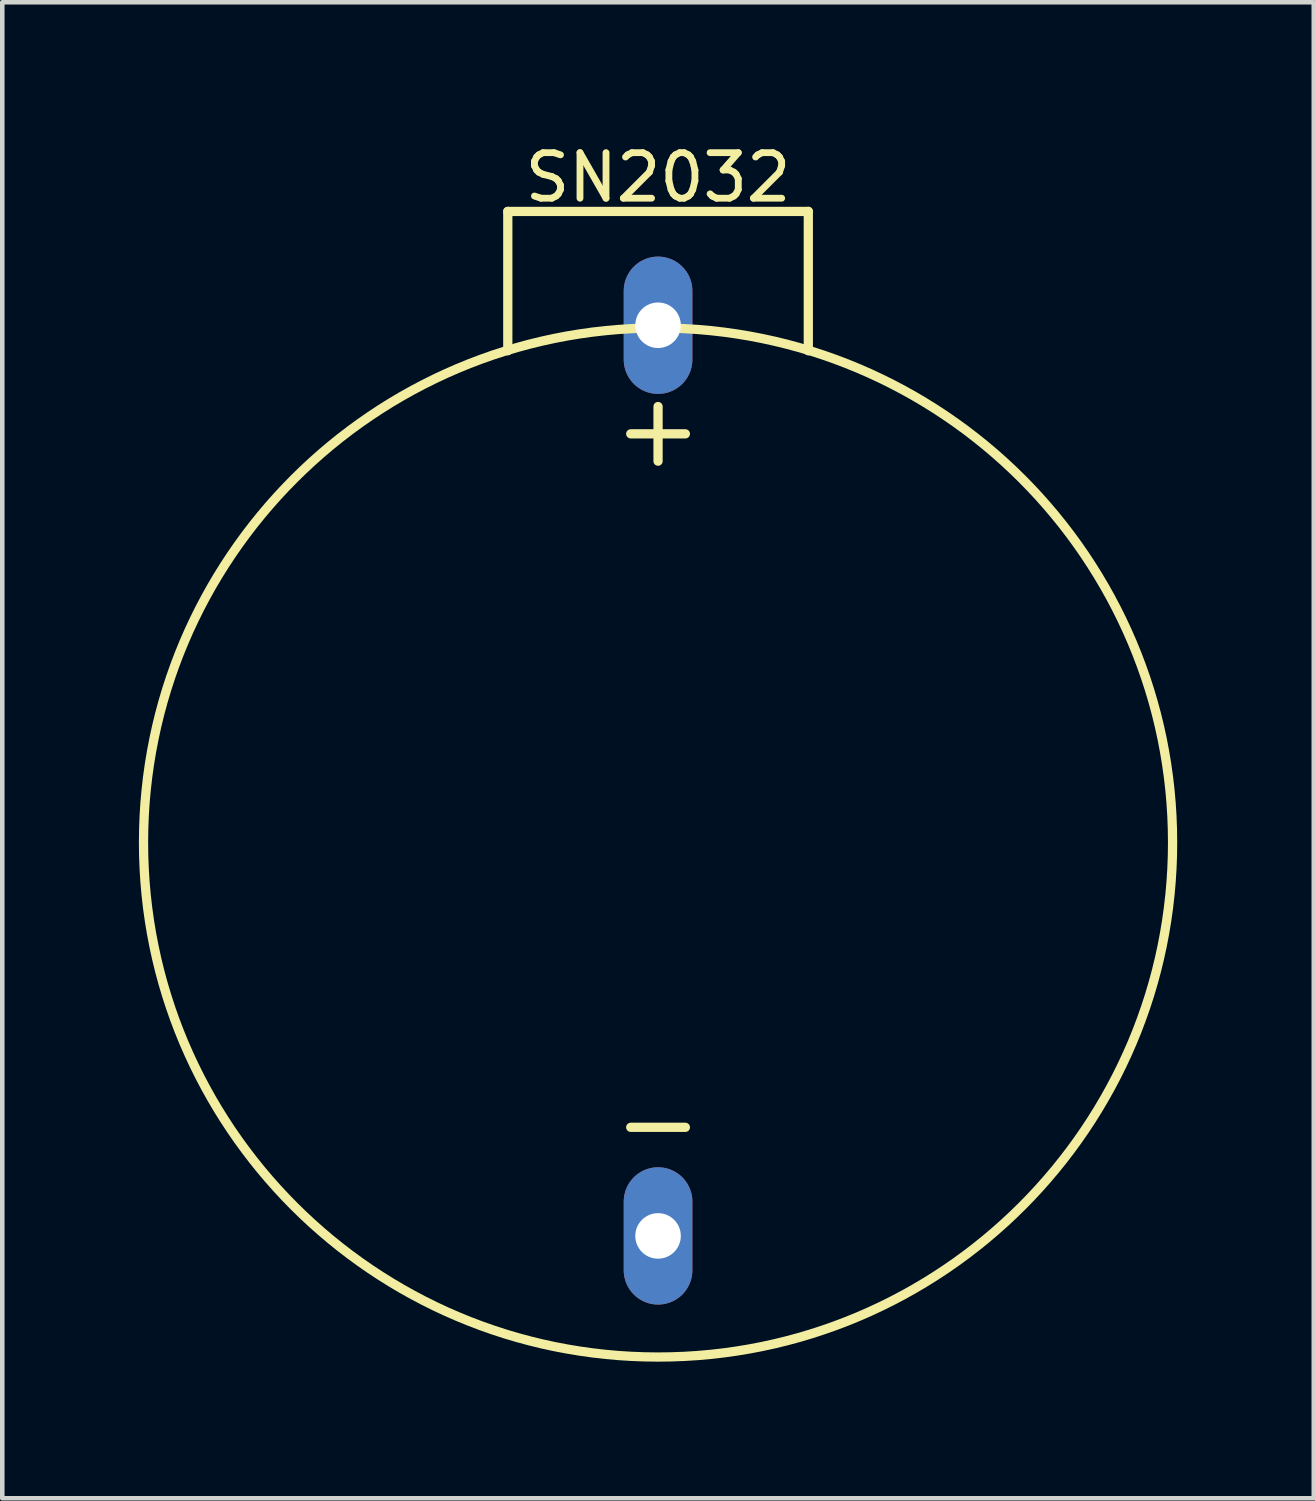
<source format=kicad_pcb>
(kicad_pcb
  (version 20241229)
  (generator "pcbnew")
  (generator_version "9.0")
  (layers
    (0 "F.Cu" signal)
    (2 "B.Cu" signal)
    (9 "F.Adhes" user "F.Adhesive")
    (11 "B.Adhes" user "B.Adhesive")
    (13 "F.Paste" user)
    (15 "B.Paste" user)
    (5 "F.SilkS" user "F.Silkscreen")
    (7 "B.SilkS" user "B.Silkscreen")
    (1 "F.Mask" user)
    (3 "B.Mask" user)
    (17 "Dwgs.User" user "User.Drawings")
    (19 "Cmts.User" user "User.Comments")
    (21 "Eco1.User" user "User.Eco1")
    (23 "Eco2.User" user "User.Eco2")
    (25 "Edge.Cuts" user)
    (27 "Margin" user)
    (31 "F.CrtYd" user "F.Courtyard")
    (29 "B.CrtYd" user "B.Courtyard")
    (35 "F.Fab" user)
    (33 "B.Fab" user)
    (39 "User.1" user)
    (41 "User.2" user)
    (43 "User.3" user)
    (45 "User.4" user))
  (footprint "SN2032"
    (layer "F.Cu")
    (at 11.402 17.993)
    (property "Reference" "SN2032" (at 0 -17.145 0) (layer "F.SilkS") (effects (font (size 1 1) (thickness 0.15))))
    (attr through_hole)
    (fp_line (start -3.3 -16.4) (end -3.3 -13.34) (stroke (width 0.203) (type solid)) (layer "F.SilkS"))
    (fp_line (start -3.3 -16.4) (end 3.3 -16.4) (stroke (width 0.203) (type solid)) (layer "F.SilkS"))
    (fp_line (start -0.6 -11.515) (end 0.6 -11.515) (stroke (width 0.203) (type solid)) (layer "F.SilkS"))
    (fp_line (start -0.6 3.715) (end 0.6 3.715) (stroke (width 0.203) (type solid)) (layer "F.SilkS"))
    (fp_line (start 0 -12.115) (end 0 -10.915) (stroke (width 0.203) (type solid)) (layer "F.SilkS"))
    (fp_line (start 3.3 -16.4) (end 3.3 -13.34) (stroke (width 0.203) (type solid)) (layer "F.SilkS"))
    (fp_circle (center 0 -2.54) (end 11.3 -2.54) (stroke (width 0.203) (type solid)) (fill no) (layer "F.SilkS"))
    (pad "+" thru_hole oval (at 0 -13.9) (size 1.508 3.016) (drill 1) (layers "*.Cu" "*.Mask"))
    (pad "-" thru_hole oval (at 0 6.1) (size 1.508 3.016) (drill 1) (layers "*.Cu" "*.Mask")))
  (gr_rect
    (start -3 -3)
    (end 25.803 29.855)
    (stroke (width 0.1) (type default))
    (fill no)
    (layer "Edge.Cuts")))
</source>
